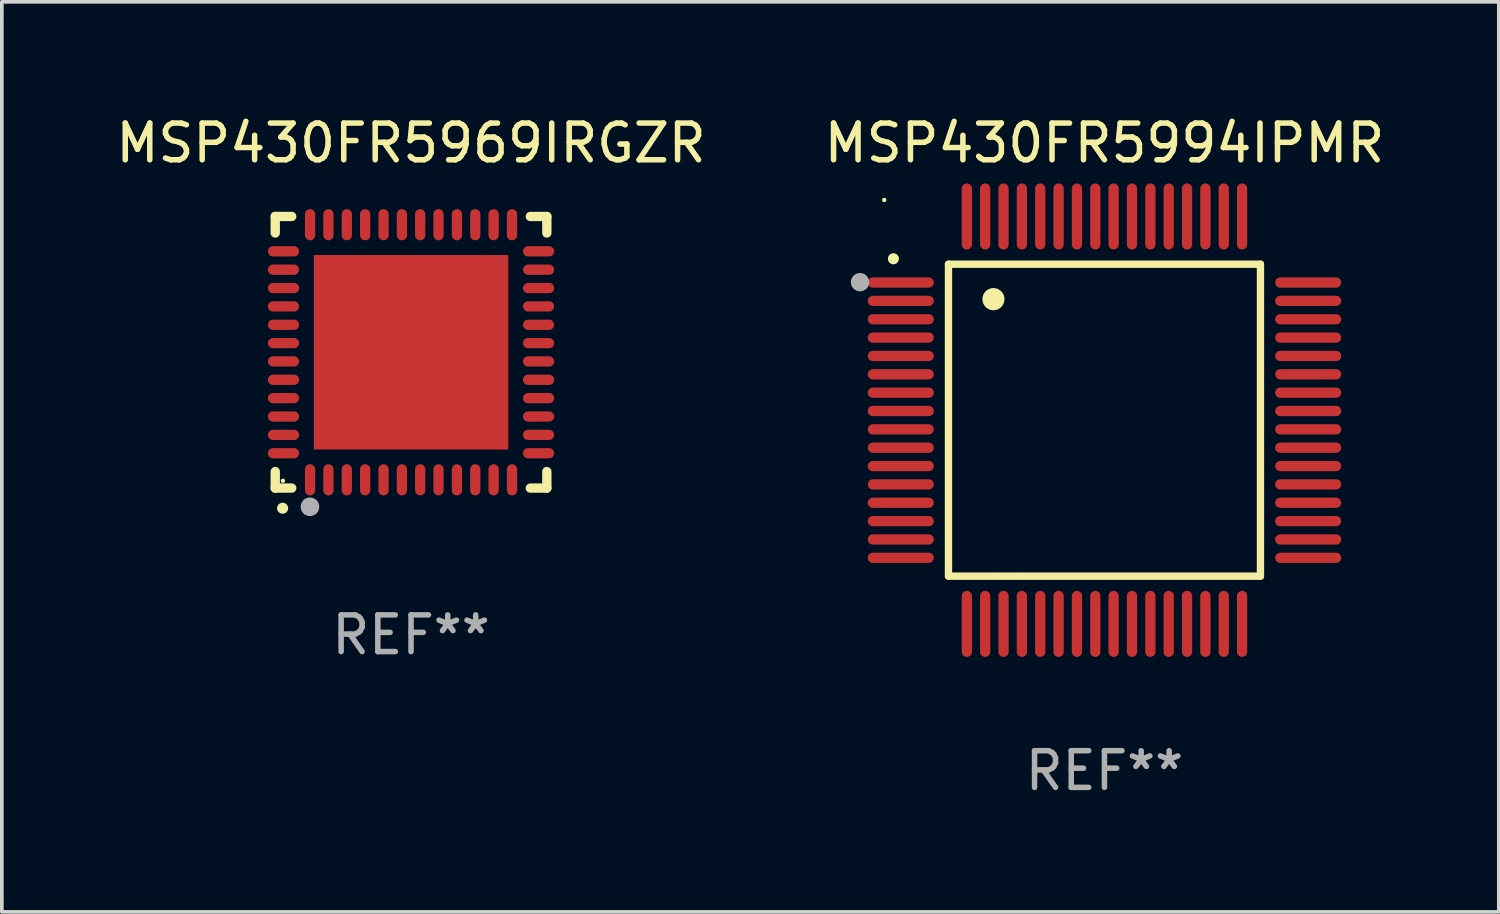
<source format=kicad_pcb>
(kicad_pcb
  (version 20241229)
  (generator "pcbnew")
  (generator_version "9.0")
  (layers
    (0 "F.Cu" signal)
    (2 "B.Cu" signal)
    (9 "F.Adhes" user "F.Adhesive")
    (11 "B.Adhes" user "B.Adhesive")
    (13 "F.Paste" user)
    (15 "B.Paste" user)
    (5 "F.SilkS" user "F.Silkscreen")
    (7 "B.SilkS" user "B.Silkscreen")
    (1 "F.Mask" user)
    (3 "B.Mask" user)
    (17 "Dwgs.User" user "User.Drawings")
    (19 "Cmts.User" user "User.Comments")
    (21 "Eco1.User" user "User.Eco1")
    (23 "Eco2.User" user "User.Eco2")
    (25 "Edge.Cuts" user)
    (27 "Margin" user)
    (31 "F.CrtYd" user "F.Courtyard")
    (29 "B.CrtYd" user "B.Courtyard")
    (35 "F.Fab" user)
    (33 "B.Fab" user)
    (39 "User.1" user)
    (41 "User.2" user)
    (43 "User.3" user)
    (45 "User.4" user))
  (footprint "MSP430FR5994IPMR"
    (layer "F.Cu")
    (at 27.042 8.398)
    (property "Reference" "MSP430FR5994IPMR" (at 0 -7.55 0) (layer "F.SilkS") (effects (font (size 1 1) (thickness 0.15))))
    (attr through_hole)
    (fp_line (start -4.25 -4.25) (end -4.25 4.25) (stroke (width 0.2) (type solid)) (layer "F.SilkS"))
    (fp_line (start -4.25 4.25) (end 4.25 4.25) (stroke (width 0.2) (type solid)) (layer "F.SilkS"))
    (fp_line (start 4.25 -4.25) (end -4.25 -4.25) (stroke (width 0.2) (type solid)) (layer "F.SilkS"))
    (fp_line (start 4.25 4.25) (end 4.25 -4.25) (stroke (width 0.2) (type solid)) (layer "F.SilkS"))
    (fp_arc (start -5.750572 -4.396749) (mid -5.750577 -4.398019) (end -5.750572 -4.399289) (stroke (width 0.3) (type solid)) (layer "F.SilkS"))
    (fp_arc (start -3.025146 -3.294387) (mid -3.025157 -3.296927) (end -3.025146 -3.299467) (stroke (width 0.6) (type solid)) (layer "F.SilkS"))
    (fp_circle (center -6 -6) (end -5.97 -6) (stroke (width 0.06) (type solid)) (fill no) (layer "F.SilkS"))
    (fp_circle (center -6.66 -3.76) (end -6.535 -3.76) (stroke (width 0.25) (type solid)) (fill no) (layer "F.Fab"))
    (fp_text user "REF**" (at 0 9.55 0) (layer "F.Fab") (effects (font (size 1 1) (thickness 0.15))))
    (pad "1" smd oval (at -5.55 -3.75) (size 1.8 0.28) (layers "F.Cu" "F.Mask" "F.Paste"))
    (pad "2" smd oval (at -5.55 -3.25) (size 1.8 0.28) (layers "F.Cu" "F.Mask" "F.Paste"))
    (pad "3" smd oval (at -5.55 -2.75) (size 1.8 0.28) (layers "F.Cu" "F.Mask" "F.Paste"))
    (pad "4" smd oval (at -5.55 -2.25) (size 1.8 0.28) (layers "F.Cu" "F.Mask" "F.Paste"))
    (pad "5" smd oval (at -5.55 -1.75) (size 1.8 0.28) (layers "F.Cu" "F.Mask" "F.Paste"))
    (pad "6" smd oval (at -5.55 -1.25) (size 1.8 0.28) (layers "F.Cu" "F.Mask" "F.Paste"))
    (pad "7" smd oval (at -5.55 -0.75) (size 1.8 0.28) (layers "F.Cu" "F.Mask" "F.Paste"))
    (pad "8" smd oval (at -5.55 -0.25) (size 1.8 0.28) (layers "F.Cu" "F.Mask" "F.Paste"))
    (pad "9" smd oval (at -5.55 0.25) (size 1.8 0.28) (layers "F.Cu" "F.Mask" "F.Paste"))
    (pad "10" smd oval (at -5.55 0.75) (size 1.8 0.28) (layers "F.Cu" "F.Mask" "F.Paste"))
    (pad "11" smd oval (at -5.55 1.25) (size 1.8 0.28) (layers "F.Cu" "F.Mask" "F.Paste"))
    (pad "12" smd oval (at -5.55 1.75) (size 1.8 0.28) (layers "F.Cu" "F.Mask" "F.Paste"))
    (pad "13" smd oval (at -5.55 2.25) (size 1.8 0.28) (layers "F.Cu" "F.Mask" "F.Paste"))
    (pad "14" smd oval (at -5.55 2.75) (size 1.8 0.28) (layers "F.Cu" "F.Mask" "F.Paste"))
    (pad "15" smd oval (at -5.55 3.25) (size 1.8 0.28) (layers "F.Cu" "F.Mask" "F.Paste"))
    (pad "16" smd oval (at -5.55 3.75) (size 1.8 0.28) (layers "F.Cu" "F.Mask" "F.Paste"))
    (pad "17" smd oval (at -3.75 5.55) (size 0.28 1.8) (layers "F.Cu" "F.Mask" "F.Paste"))
    (pad "18" smd oval (at -3.25 5.55) (size 0.28 1.8) (layers "F.Cu" "F.Mask" "F.Paste"))
    (pad "19" smd oval (at -2.75 5.55) (size 0.28 1.8) (layers "F.Cu" "F.Mask" "F.Paste"))
    (pad "20" smd oval (at -2.25 5.55) (size 0.28 1.8) (layers "F.Cu" "F.Mask" "F.Paste"))
    (pad "21" smd oval (at -1.75 5.55) (size 0.28 1.8) (layers "F.Cu" "F.Mask" "F.Paste"))
    (pad "22" smd oval (at -1.25 5.55) (size 0.28 1.8) (layers "F.Cu" "F.Mask" "F.Paste"))
    (pad "23" smd oval (at -0.75 5.55) (size 0.28 1.8) (layers "F.Cu" "F.Mask" "F.Paste"))
    (pad "24" smd oval (at -0.25 5.55) (size 0.28 1.8) (layers "F.Cu" "F.Mask" "F.Paste"))
    (pad "25" smd oval (at 0.25 5.55) (size 0.28 1.8) (layers "F.Cu" "F.Mask" "F.Paste"))
    (pad "26" smd oval (at 0.75 5.55) (size 0.28 1.8) (layers "F.Cu" "F.Mask" "F.Paste"))
    (pad "27" smd oval (at 1.25 5.55) (size 0.28 1.8) (layers "F.Cu" "F.Mask" "F.Paste"))
    (pad "28" smd oval (at 1.75 5.55) (size 0.28 1.8) (layers "F.Cu" "F.Mask" "F.Paste"))
    (pad "29" smd oval (at 2.25 5.55) (size 0.28 1.8) (layers "F.Cu" "F.Mask" "F.Paste"))
    (pad "30" smd oval (at 2.75 5.55) (size 0.28 1.8) (layers "F.Cu" "F.Mask" "F.Paste"))
    (pad "31" smd oval (at 3.25 5.55) (size 0.28 1.8) (layers "F.Cu" "F.Mask" "F.Paste"))
    (pad "32" smd oval (at 3.75 5.55) (size 0.28 1.8) (layers "F.Cu" "F.Mask" "F.Paste"))
    (pad "33" smd oval (at 5.55 3.75) (size 1.8 0.28) (layers "F.Cu" "F.Mask" "F.Paste"))
    (pad "34" smd oval (at 5.55 3.25) (size 1.8 0.28) (layers "F.Cu" "F.Mask" "F.Paste"))
    (pad "35" smd oval (at 5.55 2.75) (size 1.8 0.28) (layers "F.Cu" "F.Mask" "F.Paste"))
    (pad "36" smd oval (at 5.55 2.25) (size 1.8 0.28) (layers "F.Cu" "F.Mask" "F.Paste"))
    (pad "37" smd oval (at 5.55 1.75) (size 1.8 0.28) (layers "F.Cu" "F.Mask" "F.Paste"))
    (pad "38" smd oval (at 5.55 1.25) (size 1.8 0.28) (layers "F.Cu" "F.Mask" "F.Paste"))
    (pad "39" smd oval (at 5.55 0.75) (size 1.8 0.28) (layers "F.Cu" "F.Mask" "F.Paste"))
    (pad "40" smd oval (at 5.55 0.25) (size 1.8 0.28) (layers "F.Cu" "F.Mask" "F.Paste"))
    (pad "41" smd oval (at 5.55 -0.25) (size 1.8 0.28) (layers "F.Cu" "F.Mask" "F.Paste"))
    (pad "42" smd oval (at 5.55 -0.75) (size 1.8 0.28) (layers "F.Cu" "F.Mask" "F.Paste"))
    (pad "43" smd oval (at 5.55 -1.25) (size 1.8 0.28) (layers "F.Cu" "F.Mask" "F.Paste"))
    (pad "44" smd oval (at 5.55 -1.75) (size 1.8 0.28) (layers "F.Cu" "F.Mask" "F.Paste"))
    (pad "45" smd oval (at 5.55 -2.25) (size 1.8 0.28) (layers "F.Cu" "F.Mask" "F.Paste"))
    (pad "46" smd oval (at 5.55 -2.75) (size 1.8 0.28) (layers "F.Cu" "F.Mask" "F.Paste"))
    (pad "47" smd oval (at 5.55 -3.25) (size 1.8 0.28) (layers "F.Cu" "F.Mask" "F.Paste"))
    (pad "48" smd oval (at 5.55 -3.75) (size 1.8 0.28) (layers "F.Cu" "F.Mask" "F.Paste"))
    (pad "49" smd oval (at 3.75 -5.55) (size 0.28 1.8) (layers "F.Cu" "F.Mask" "F.Paste"))
    (pad "50" smd oval (at 3.25 -5.55) (size 0.28 1.8) (layers "F.Cu" "F.Mask" "F.Paste"))
    (pad "51" smd oval (at 2.75 -5.55) (size 0.28 1.8) (layers "F.Cu" "F.Mask" "F.Paste"))
    (pad "52" smd oval (at 2.25 -5.55) (size 0.28 1.8) (layers "F.Cu" "F.Mask" "F.Paste"))
    (pad "53" smd oval (at 1.75 -5.55) (size 0.28 1.8) (layers "F.Cu" "F.Mask" "F.Paste"))
    (pad "54" smd oval (at 1.25 -5.55) (size 0.28 1.8) (layers "F.Cu" "F.Mask" "F.Paste"))
    (pad "55" smd oval (at 0.75 -5.55) (size 0.28 1.8) (layers "F.Cu" "F.Mask" "F.Paste"))
    (pad "56" smd oval (at 0.25 -5.55) (size 0.28 1.8) (layers "F.Cu" "F.Mask" "F.Paste"))
    (pad "57" smd oval (at -0.25 -5.55) (size 0.28 1.8) (layers "F.Cu" "F.Mask" "F.Paste"))
    (pad "58" smd oval (at -0.75 -5.55) (size 0.28 1.8) (layers "F.Cu" "F.Mask" "F.Paste"))
    (pad "59" smd oval (at -1.25 -5.55) (size 0.28 1.8) (layers "F.Cu" "F.Mask" "F.Paste"))
    (pad "60" smd oval (at -1.75 -5.55) (size 0.28 1.8) (layers "F.Cu" "F.Mask" "F.Paste"))
    (pad "61" smd oval (at -2.25 -5.55) (size 0.28 1.8) (layers "F.Cu" "F.Mask" "F.Paste"))
    (pad "62" smd oval (at -2.75 -5.55) (size 0.28 1.8) (layers "F.Cu" "F.Mask" "F.Paste"))
    (pad "63" smd oval (at -3.25 -5.55) (size 0.28 1.8) (layers "F.Cu" "F.Mask" "F.Paste"))
    (pad "64" smd oval (at -3.75 -5.55) (size 0.28 1.8) (layers "F.Cu" "F.Mask" "F.Paste")))
  (footprint "MSP430FR5969IRGZR"
    (layer "F.Cu")
    (at 8.149 6.548)
    (property "Reference" "MSP430FR5969IRGZR" (at 0 -5.7 0) (layer "F.SilkS") (effects (font (size 1 1) (thickness 0.15))))
    (attr through_hole)
    (fp_line (start -3.7 -3.7) (end -3.25 -3.7) (stroke (width 0.254) (type solid)) (layer "F.SilkS"))
    (fp_line (start -3.7 -3.25) (end -3.7 -3.7) (stroke (width 0.254) (type solid)) (layer "F.SilkS"))
    (fp_line (start -3.7 3.7) (end -3.7 3.25) (stroke (width 0.254) (type solid)) (layer "F.SilkS"))
    (fp_line (start -3.25 3.7) (end -3.7 3.7) (stroke (width 0.254) (type solid)) (layer "F.SilkS"))
    (fp_line (start 3.25 3.7) (end 3.7 3.7) (stroke (width 0.254) (type solid)) (layer "F.SilkS"))
    (fp_line (start 3.7 -3.7) (end 3.25 -3.7) (stroke (width 0.254) (type solid)) (layer "F.SilkS"))
    (fp_line (start 3.7 -3.25) (end 3.7 -3.7) (stroke (width 0.254) (type solid)) (layer "F.SilkS"))
    (fp_line (start 3.7 3.7) (end 3.7 3.25) (stroke (width 0.254) (type solid)) (layer "F.SilkS"))
    (fp_arc (start -3.500127 4.249428) (mid -3.498857 4.249423) (end -3.497587 4.249428) (stroke (width 0.3) (type solid)) (layer "F.SilkS"))
    (fp_circle (center -3.491 3.501) (end -3.461 3.501) (stroke (width 0.06) (type solid)) (fill no) (layer "F.SilkS"))
    (fp_circle (center -2.754 4.21) (end -2.627 4.21) (stroke (width 0.254) (type solid)) (fill no) (layer "F.Fab"))
    (fp_text user "REF**" (at 0 7.7 0) (layer "F.Fab") (effects (font (size 1 1) (thickness 0.15))))
    (pad "1" smd oval (at -2.751 3.475) (size 0.28 0.85) (layers "F.Cu" "F.Mask" "F.Paste"))
    (pad "2" smd oval (at -2.251 3.475) (size 0.28 0.85) (layers "F.Cu" "F.Mask" "F.Paste"))
    (pad "3" smd oval (at -1.75 3.475) (size 0.28 0.85) (layers "F.Cu" "F.Mask" "F.Paste"))
    (pad "4" smd oval (at -1.25 3.475) (size 0.28 0.85) (layers "F.Cu" "F.Mask" "F.Paste"))
    (pad "5" smd oval (at -0.749 3.475) (size 0.28 0.85) (layers "F.Cu" "F.Mask" "F.Paste"))
    (pad "6" smd oval (at -0.249 3.475) (size 0.28 0.85) (layers "F.Cu" "F.Mask" "F.Paste"))
    (pad "7" smd oval (at 0.249 3.475) (size 0.28 0.85) (layers "F.Cu" "F.Mask" "F.Paste"))
    (pad "8" smd oval (at 0.749 3.475) (size 0.28 0.85) (layers "F.Cu" "F.Mask" "F.Paste"))
    (pad "9" smd oval (at 1.25 3.475) (size 0.28 0.85) (layers "F.Cu" "F.Mask" "F.Paste"))
    (pad "10" smd oval (at 1.75 3.475) (size 0.28 0.85) (layers "F.Cu" "F.Mask" "F.Paste"))
    (pad "11" smd oval (at 2.25 3.475) (size 0.28 0.85) (layers "F.Cu" "F.Mask" "F.Paste"))
    (pad "12" smd oval (at 2.751 3.475) (size 0.28 0.85) (layers "F.Cu" "F.Mask" "F.Paste"))
    (pad "13" smd oval (at 3.475 2.751) (size 0.85 0.28) (layers "F.Cu" "F.Mask" "F.Paste"))
    (pad "14" smd oval (at 3.475 2.251) (size 0.85 0.28) (layers "F.Cu" "F.Mask" "F.Paste"))
    (pad "15" smd oval (at 3.475 1.75) (size 0.85 0.28) (layers "F.Cu" "F.Mask" "F.Paste"))
    (pad "16" smd oval (at 3.475 1.25) (size 0.85 0.28) (layers "F.Cu" "F.Mask" "F.Paste"))
    (pad "17" smd oval (at 3.475 0.749) (size 0.85 0.28) (layers "F.Cu" "F.Mask" "F.Paste"))
    (pad "18" smd oval (at 3.475 0.249) (size 0.85 0.28) (layers "F.Cu" "F.Mask" "F.Paste"))
    (pad "19" smd oval (at 3.475 -0.249) (size 0.85 0.28) (layers "F.Cu" "F.Mask" "F.Paste"))
    (pad "20" smd oval (at 3.475 -0.749) (size 0.85 0.28) (layers "F.Cu" "F.Mask" "F.Paste"))
    (pad "21" smd oval (at 3.475 -1.25) (size 0.85 0.28) (layers "F.Cu" "F.Mask" "F.Paste"))
    (pad "22" smd oval (at 3.475 -1.75) (size 0.85 0.28) (layers "F.Cu" "F.Mask" "F.Paste"))
    (pad "23" smd oval (at 3.475 -2.25) (size 0.85 0.28) (layers "F.Cu" "F.Mask" "F.Paste"))
    (pad "24" smd oval (at 3.475 -2.751) (size 0.85 0.28) (layers "F.Cu" "F.Mask" "F.Paste"))
    (pad "25" smd oval (at 2.751 -3.475) (size 0.28 0.85) (layers "F.Cu" "F.Mask" "F.Paste"))
    (pad "26" smd oval (at 2.25 -3.475) (size 0.28 0.85) (layers "F.Cu" "F.Mask" "F.Paste"))
    (pad "27" smd oval (at 1.75 -3.475) (size 0.28 0.85) (layers "F.Cu" "F.Mask" "F.Paste"))
    (pad "28" smd oval (at 1.25 -3.475) (size 0.28 0.85) (layers "F.Cu" "F.Mask" "F.Paste"))
    (pad "29" smd oval (at 0.749 -3.475) (size 0.28 0.85) (layers "F.Cu" "F.Mask" "F.Paste"))
    (pad "30" smd oval (at 0.249 -3.475) (size 0.28 0.85) (layers "F.Cu" "F.Mask" "F.Paste"))
    (pad "31" smd oval (at -0.249 -3.475) (size 0.28 0.85) (layers "F.Cu" "F.Mask" "F.Paste"))
    (pad "32" smd oval (at -0.749 -3.475) (size 0.28 0.85) (layers "F.Cu" "F.Mask" "F.Paste"))
    (pad "33" smd oval (at -1.25 -3.475) (size 0.28 0.85) (layers "F.Cu" "F.Mask" "F.Paste"))
    (pad "34" smd oval (at -1.75 -3.475) (size 0.28 0.85) (layers "F.Cu" "F.Mask" "F.Paste"))
    (pad "35" smd oval (at -2.251 -3.475) (size 0.28 0.85) (layers "F.Cu" "F.Mask" "F.Paste"))
    (pad "36" smd oval (at -2.751 -3.475) (size 0.28 0.85) (layers "F.Cu" "F.Mask" "F.Paste"))
    (pad "37" smd oval (at -3.475 -2.751) (size 0.85 0.28) (layers "F.Cu" "F.Mask" "F.Paste"))
    (pad "38" smd oval (at -3.475 -2.25) (size 0.85 0.28) (layers "F.Cu" "F.Mask" "F.Paste"))
    (pad "39" smd oval (at -3.475 -1.75) (size 0.85 0.28) (layers "F.Cu" "F.Mask" "F.Paste"))
    (pad "40" smd oval (at -3.475 -1.25) (size 0.85 0.28) (layers "F.Cu" "F.Mask" "F.Paste"))
    (pad "41" smd oval (at -3.475 -0.749) (size 0.85 0.28) (layers "F.Cu" "F.Mask" "F.Paste"))
    (pad "42" smd oval (at -3.475 -0.249) (size 0.85 0.28) (layers "F.Cu" "F.Mask" "F.Paste"))
    (pad "43" smd oval (at -3.475 0.249) (size 0.85 0.28) (layers "F.Cu" "F.Mask" "F.Paste"))
    (pad "44" smd oval (at -3.475 0.749) (size 0.85 0.28) (layers "F.Cu" "F.Mask" "F.Paste"))
    (pad "45" smd oval (at -3.475 1.25) (size 0.85 0.28) (layers "F.Cu" "F.Mask" "F.Paste"))
    (pad "46" smd oval (at -3.475 1.75) (size 0.85 0.28) (layers "F.Cu" "F.Mask" "F.Paste"))
    (pad "47" smd oval (at -3.475 2.251) (size 0.85 0.28) (layers "F.Cu" "F.Mask" "F.Paste"))
    (pad "48" smd oval (at -3.475 2.751) (size 0.85 0.28) (layers "F.Cu" "F.Mask" "F.Paste"))
    (pad "49" smd rect (at -0.000102 0.000102) (size 5.3 5.3) (layers "F.Cu" "F.Mask" "F.Paste")))
  (gr_rect
    (start -3 -3)
    (end 37.786 21.796)
    (stroke (width 0.1) (type default))
    (fill no)
    (layer "Edge.Cuts")))
</source>
